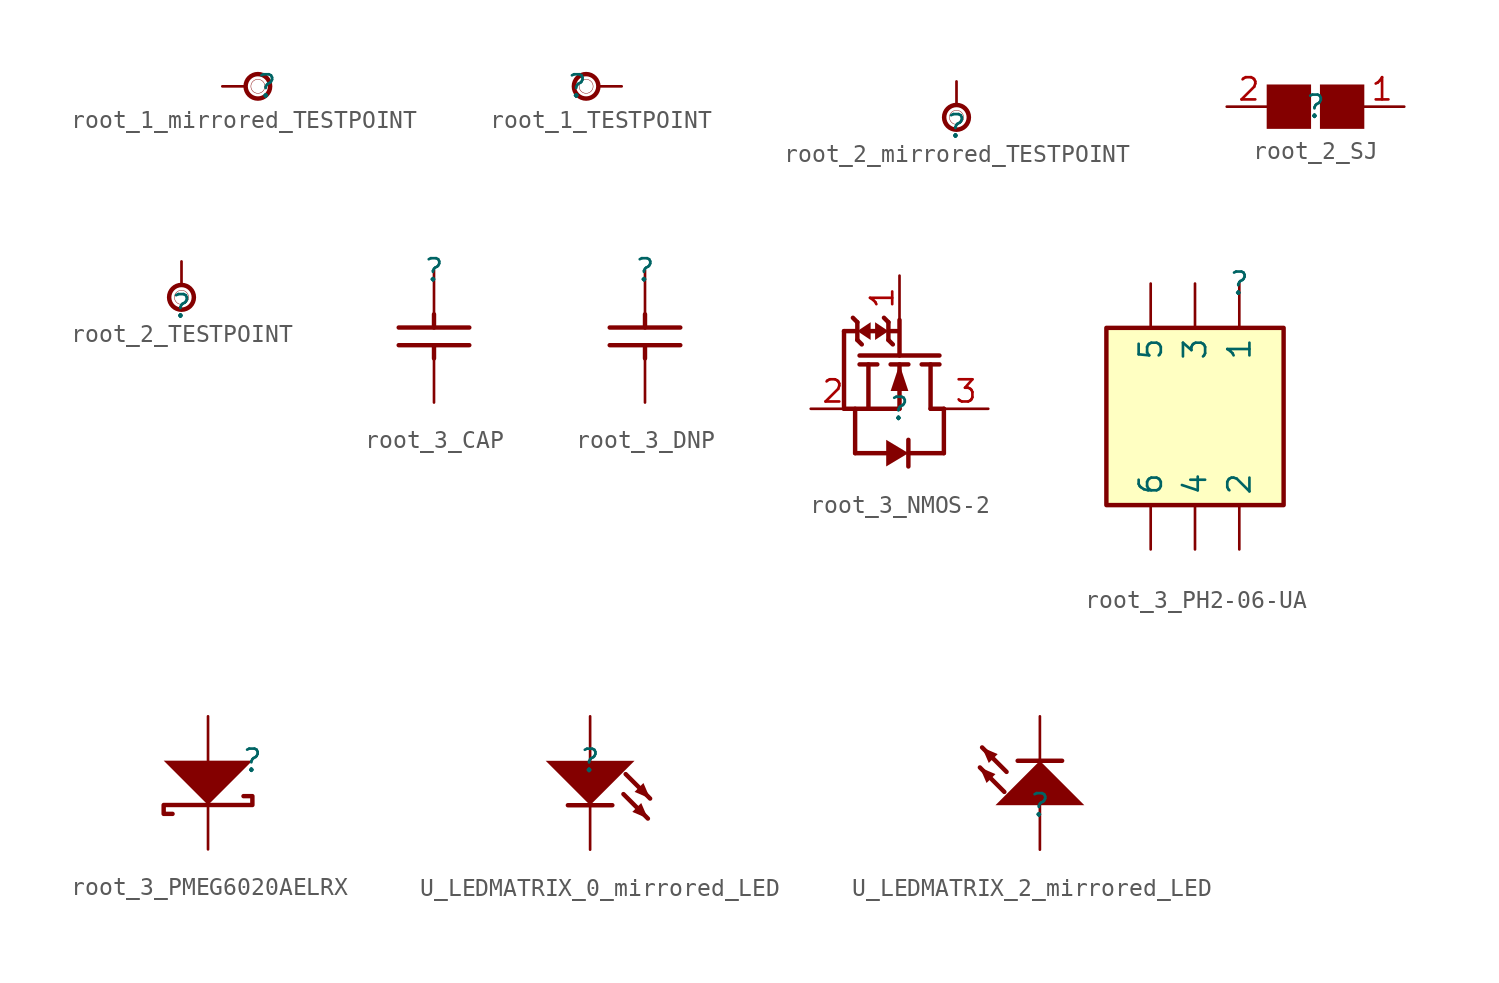
<source format=kicad_sym>
(kicad_symbol_lib
  (version 20231120)
  (generator "kicad_symbol_editor")
  (generator_version "8.0")
  (symbol "root_1_mirrored_TESTPOINT"
    (property "Reference" ""
      (at 0 0 0)
      (effects (font (size 1.27 1.27))))
    (property "Value" ""
      (at 0 0 0)
      (effects (font (size 1.27 1.27))))
    (symbol "root_1_mirrored_TESTPOINT_1_0"
      (circle (center -0.508 0) (radius 0.4) (stroke (width 0.025) (type solid)) (fill (type none)))
      (circle (center -0.508 0) (radius 0.7) (stroke (width 0.254) (type solid)) (fill (type none)))
      (pin passive line (at -2.54 0 0) (length 1.27) (name "X" (effects (font (size 0 0)))) (number "X" (effects (font (size 0 0)))))))
  (symbol "root_1_TESTPOINT"
    (property "Reference" ""
      (at 0 0 0)
      (effects (font (size 1.27 1.27))))
    (property "Value" ""
      (at 0 0 0)
      (effects (font (size 1.27 1.27))))
    (symbol "root_1_TESTPOINT_1_0"
      (circle (center 0.508 0) (radius 0.4) (stroke (width 0.025) (type solid)) (fill (type none)))
      (circle (center 0.508 0) (radius 0.7) (stroke (width 0.254) (type solid)) (fill (type none)))
      (pin passive line (at 2.54 0 180) (length 1.27) (name "X" (effects (font (size 0 0)))) (number "X" (effects (font (size 0 0)))))))
  (symbol "root_2_mirrored_TESTPOINT"
    (property "Reference" ""
      (at 0 0 0)
      (effects (font (size 1.27 1.27))))
    (property "Value" ""
      (at 0 0 0)
      (effects (font (size 1.27 1.27))))
    (symbol "root_2_mirrored_TESTPOINT_1_0"
      (circle (center 0 0.508) (radius 0.4) (stroke (width 0.025) (type solid)) (fill (type none)))
      (circle (center 0 0.508) (radius 0.7) (stroke (width 0.254) (type solid)) (fill (type none)))
      (pin passive line (at 0 2.54 270) (length 1.27) (name "X" (effects (font (size 0 0)))) (number "X" (effects (font (size 0 0)))))))
  (symbol "root_2_SJ"
    (property "Reference" ""
      (at 0 0 0)
      (effects (font (size 1.27 1.27))))
    (property "Value" ""
      (at 0 0 0)
      (effects (font (size 1.27 1.27))))
    (symbol "root_2_SJ_1_0"
      (rectangle (start -2.794 1.27) (end -0.254 -1.27) (stroke (width -0.0001) (type solid)) (fill (type outline)))
      (polyline (pts (xy -1.651 0) (xy -2.54 0)) (stroke (width 0.254) (type solid)) (fill (type none)))
      (polyline (pts (xy 1.651 0) (xy 2.54 0)) (stroke (width 0.254) (type solid)) (fill (type none)))
      (rectangle (start 0.254 1.27) (end 2.794 -1.27) (stroke (width -0.0001) (type solid)) (fill (type outline)))
      (pin passive line (at 5.08 0 180) (length 2.54) (name "1" (effects (font (size 0 0)))) (number "1" (effects (font (size 1.27 1.27)))))
      (pin passive line (at -5.08 0 0) (length 2.54) (name "2" (effects (font (size 0 0)))) (number "2" (effects (font (size 1.27 1.27)))))))
  (symbol "root_2_TESTPOINT"
    (property "Reference" ""
      (at 0 0 0)
      (effects (font (size 1.27 1.27))))
    (property "Value" ""
      (at 0 0 0)
      (effects (font (size 1.27 1.27))))
    (symbol "root_2_TESTPOINT_1_0"
      (circle (center 0 0.508) (radius 0.4) (stroke (width 0.025) (type solid)) (fill (type none)))
      (circle (center 0 0.508) (radius 0.7) (stroke (width 0.254) (type solid)) (fill (type none)))
      (pin passive line (at 0 2.54 270) (length 1.27) (name "X" (effects (font (size 0 0)))) (number "X" (effects (font (size 0 0)))))))
  (symbol "root_3_CAP"
    (property "Reference" ""
      (at 0 0 0)
      (effects (font (size 1.27 1.27))))
    (property "Value" ""
      (at 0 0 0)
      (effects (font (size 1.27 1.27))))
    (symbol "root_3_CAP_1_0"
      (polyline (pts (xy -2.032 -3.302) (xy 2.032 -3.302)) (stroke (width 0.254) (type solid)) (fill (type none)))
      (polyline (pts (xy 0 -5.08) (xy 0 -4.318)) (stroke (width 0.254) (type solid)) (fill (type none)))
      (polyline (pts (xy 0 -2.54) (xy 0 -3.302)) (stroke (width 0.254) (type solid)) (fill (type none)))
      (polyline (pts (xy 2.032 -4.318) (xy -2.032 -4.318)) (stroke (width 0.254) (type solid)) (fill (type none)))
      (pin passive line (at 0 0 270) (length 2.54) (name "1" (effects (font (size 0 0)))) (number "1" (effects (font (size 0 0)))))
      (pin passive line (at 0 -7.62 90) (length 2.54) (name "2" (effects (font (size 0 0)))) (number "2" (effects (font (size 0 0)))))))
  (symbol "root_3_DNP"
    (property "Reference" ""
      (at 0 0 0)
      (effects (font (size 1.27 1.27))))
    (property "Value" ""
      (at 0 0 0)
      (effects (font (size 1.27 1.27))))
    (symbol "root_3_DNP_1_0"
      (polyline (pts (xy -2.032 -3.302) (xy 2.032 -3.302)) (stroke (width 0.254) (type solid)) (fill (type none)))
      (polyline (pts (xy 0 -5.08) (xy 0 -4.318)) (stroke (width 0.254) (type solid)) (fill (type none)))
      (polyline (pts (xy 0 -2.54) (xy 0 -3.302)) (stroke (width 0.254) (type solid)) (fill (type none)))
      (polyline (pts (xy 2.032 -4.318) (xy -2.032 -4.318)) (stroke (width 0.254) (type solid)) (fill (type none)))
      (pin passive line (at 0 0 270) (length 2.54) (name "1" (effects (font (size 0 0)))) (number "1" (effects (font (size 0 0)))))
      (pin passive line (at 0 -7.62 90) (length 2.54) (name "2" (effects (font (size 0 0)))) (number "2" (effects (font (size 0 0)))))))
  (symbol "root_3_NMOS-2"
    (property "Reference" ""
      (at 0 0 0)
      (effects (font (size 1.27 1.27))))
    (property "Value" ""
      (at 0 0 0)
      (effects (font (size 1.27 1.27))))
    (symbol "root_3_NMOS-2_1_0"
      (polyline (pts (xy -3.175 4.445) (xy -3.175 0)) (stroke (width 0.254) (type solid)) (fill (type none)))
      (polyline (pts (xy -2.54 -2.54) (xy -0.762 -2.54)) (stroke (width 0.254) (type solid)) (fill (type none)))
      (polyline (pts (xy -2.54 0) (xy -2.54 -2.54)) (stroke (width 0.254) (type solid)) (fill (type none)))
      (polyline (pts (xy -2.54 4.445) (xy -3.175 4.445)) (stroke (width 0.254) (type solid)) (fill (type none)))
      (polyline (pts (xy -2.413 3.937) (xy -2.413 4.953)) (stroke (width 0.254) (type solid)) (fill (type none)))
      (polyline (pts (xy -2.413 3.937) (xy -2.159 3.683)) (stroke (width 0.254) (type solid)) (fill (type none)))
      (polyline (pts (xy -2.413 4.953) (xy -2.667 5.207)) (stroke (width 0.254) (type solid)) (fill (type none)))
      (polyline (pts (xy -2.286 2.54) (xy -1.27 2.54)) (stroke (width 0.254) (type solid)) (fill (type none)))
      (polyline (pts (xy -1.778 0) (xy -1.778 2.54)) (stroke (width 0.254) (type solid)) (fill (type none)))
      (polyline (pts (xy -1.27 4.445) (xy -1.651 4.445)) (stroke (width 0.254) (type solid)) (fill (type none)))
      (polyline (pts (xy -0.635 3.937) (xy -0.635 4.953)) (stroke (width 0.254) (type solid)) (fill (type none)))
      (polyline (pts (xy -0.635 3.937) (xy -0.381 3.683)) (stroke (width 0.254) (type solid)) (fill (type none)))
      (polyline (pts (xy -0.635 4.953) (xy -0.889 5.207)) (stroke (width 0.254) (type solid)) (fill (type none)))
      (polyline (pts (xy -0.508 2.54) (xy 0.508 2.54)) (stroke (width 0.254) (type solid)) (fill (type none)))
      (polyline (pts (xy -0.508 4.445) (xy -0.127 4.445)) (stroke (width 0.254) (type solid)) (fill (type none)))
      (polyline (pts (xy 0 0) (xy -3.175 0)) (stroke (width 0.254) (type solid)) (fill (type none)))
      (polyline (pts (xy 0 0) (xy 0 2.54)) (stroke (width 0.254) (type solid)) (fill (type none)))
      (polyline (pts (xy 0 5.08) (xy 0 3.048)) (stroke (width 0.254) (type solid)) (fill (type none)))
      (polyline (pts (xy 0.508 -1.778) (xy 0.508 -3.302)) (stroke (width 0.254) (type solid)) (fill (type none)))
      (polyline (pts (xy 1.778 0) (xy 1.778 2.54)) (stroke (width 0.254) (type solid)) (fill (type none)))
      (polyline (pts (xy 1.778 0) (xy 2.54 0)) (stroke (width 0.254) (type solid)) (fill (type none)))
      (polyline (pts (xy 2.286 2.54) (xy 1.27 2.54)) (stroke (width 0.254) (type solid)) (fill (type none)))
      (polyline (pts (xy 2.286 3.048) (xy -2.286 3.048)) (stroke (width 0.254) (type solid)) (fill (type none)))
      (polyline (pts (xy 2.54 -2.54) (xy 0.508 -2.54)) (stroke (width 0.254) (type solid)) (fill (type none)))
      (polyline (pts (xy 2.54 0) (xy 2.54 -2.54)) (stroke (width 0.254) (type solid)) (fill (type none)))
      (polyline (pts (xy -2.413 4.445) (xy -1.651 3.937) (xy -1.651 4.953) (xy -2.413 4.445)) (stroke (width -0.0001) (type solid)) (fill (type outline)))
      (polyline (pts (xy -0.635 4.445) (xy -1.397 4.953) (xy -1.397 3.937) (xy -0.635 4.445)) (stroke (width -0.0001) (type solid)) (fill (type outline)))
      (polyline (pts (xy 0 2.54) (xy 0.508 1.016) (xy -0.508 1.016) (xy 0 2.54)) (stroke (width -0.0001) (type solid)) (fill (type outline)))
      (polyline (pts (xy 0.508 -2.54) (xy -0.762 -1.778) (xy -0.762 -3.302) (xy 0.508 -2.54)) (stroke (width -0.0001) (type solid)) (fill (type outline)))
      (pin passive line (at 0 7.62 270) (length 2.54) (name "G" (effects (font (size 0 0)))) (number "1" (effects (font (size 1.27 1.27)))))
      (pin passive line (at -5.08 0 0) (length 2.54) (name "S" (effects (font (size 0 0)))) (number "2" (effects (font (size 1.27 1.27)))))
      (pin passive line (at 5.08 0 180) (length 2.54) (name "D" (effects (font (size 0 0)))) (number "3" (effects (font (size 1.27 1.27)))))))
  (symbol "root_3_PH2-06-UA"
    (property "Reference" ""
      (at 0 0 0)
      (effects (font (size 1.27 1.27))))
    (property "Value" ""
      (at 0 0 0)
      (effects (font (size 1.27 1.27))))
    (symbol "root_3_PH2-06-UA_1_0"
      (rectangle (start 2.54 -2.54) (end -7.62 -12.7) (stroke (width 0.254) (type solid) (color 128 0 0 1)) (fill (type background)))
      (pin passive line (at 0 0 270) (length 2.54) (name "1" (effects (font (size 1.27 1.27)))) (number "1" (effects (font (size 0 0)))))
      (pin passive line (at 0 -15.24 90) (length 2.54) (name "2" (effects (font (size 1.27 1.27)))) (number "2" (effects (font (size 0 0)))))
      (pin passive line (at -2.54 0 270) (length 2.54) (name "3" (effects (font (size 1.27 1.27)))) (number "3" (effects (font (size 0 0)))))
      (pin passive line (at -2.54 -15.24 90) (length 2.54) (name "4" (effects (font (size 1.27 1.27)))) (number "4" (effects (font (size 0 0)))))
      (pin passive line (at -5.08 0 270) (length 2.54) (name "5" (effects (font (size 1.27 1.27)))) (number "5" (effects (font (size 0 0)))))
      (pin passive line (at -5.08 -15.24 90) (length 2.54) (name "6" (effects (font (size 1.27 1.27)))) (number "6" (effects (font (size 0 0)))))))
  (symbol "root_3_PMEG6020AELRX"
    (property "Reference" ""
      (at 0 0 0)
      (effects (font (size 1.27 1.27))))
    (property "Value" ""
      (at 0 0 0)
      (effects (font (size 1.27 1.27))))
    (symbol "root_3_PMEG6020AELRX_1_0"
      (polyline (pts (xy -5.08 0) (xy -2.54 -2.54) (xy 0 0) (xy -5.08 0)) (stroke (width -0.0001) (type solid)) (fill (type outline)))
      (polyline (pts (xy -4.572 -3.048) (xy -5.08 -3.048) (xy -5.08 -2.54) (xy 0 -2.54) (xy 0 -2.032) (xy -0.508 -2.032)) (stroke (width 0.254) (type solid)) (fill (type none)))
      (pin passive line (at -2.54 2.54 270) (length 2.54) (name "A" (effects (font (size 0 0)))) (number "A" (effects (font (size 0 0)))))
      (pin passive line (at -2.54 -5.08 90) (length 2.54) (name "C" (effects (font (size 0 0)))) (number "C" (effects (font (size 0 0)))))))
  (symbol "U_LEDMATRIX_0_mirrored_LED"
    (property "Reference" ""
      (at 0 0 0)
      (effects (font (size 1.27 1.27))))
    (property "Value" ""
      (at 0 0 0)
      (effects (font (size 1.27 1.27))))
    (symbol "U_LEDMATRIX_0_mirrored_LED_1_0"
      (polyline (pts (xy 0 -2.54) (xy -1.27 -2.54)) (stroke (width 0.254) (type solid)) (fill (type none)))
      (polyline (pts (xy 1.27 -2.54) (xy 0 -2.54)) (stroke (width 0.254) (type solid)) (fill (type none)))
      (polyline (pts (xy 3.302 -3.302) (xy 1.905 -1.905)) (stroke (width 0.254) (type solid)) (fill (type none)))
      (polyline (pts (xy 3.429 -2.159) (xy 2.032 -0.762)) (stroke (width 0.254) (type solid)) (fill (type none)))
      (polyline (pts (xy 2.54 0) (xy -2.54 0) (xy 0 -2.54) (xy 2.54 0)) (stroke (width -0.0001) (type solid)) (fill (type outline)))
      (polyline (pts (xy 3.302 -3.302) (xy 2.921 -2.413) (xy 2.413 -2.921) (xy 3.302 -3.302)) (stroke (width -0.0001) (type solid)) (fill (type outline)))
      (polyline (pts (xy 3.429 -2.159) (xy 3.048 -1.27) (xy 2.54 -1.778) (xy 3.429 -2.159)) (stroke (width -0.0001) (type solid)) (fill (type outline)))
      (pin passive line (at 0 2.54 270) (length 2.54) (name "A" (effects (font (size 0 0)))) (number "A" (effects (font (size 0 0)))))
      (pin passive line (at 0 -5.08 90) (length 2.54) (name "C" (effects (font (size 0 0)))) (number "C" (effects (font (size 0 0)))))))
  (symbol "U_LEDMATRIX_2_mirrored_LED"
    (property "Reference" ""
      (at 0 0 0)
      (effects (font (size 1.27 1.27))))
    (property "Value" ""
      (at 0 0 0)
      (effects (font (size 1.27 1.27))))
    (symbol "U_LEDMATRIX_2_mirrored_LED_1_0"
      (polyline (pts (xy -3.429 2.159) (xy -2.032 0.762)) (stroke (width 0.254) (type solid)) (fill (type none)))
      (polyline (pts (xy -3.302 3.302) (xy -1.905 1.905)) (stroke (width 0.254) (type solid)) (fill (type none)))
      (polyline (pts (xy -1.27 2.54) (xy 0 2.54)) (stroke (width 0.254) (type solid)) (fill (type none)))
      (polyline (pts (xy 0 2.54) (xy 1.27 2.54)) (stroke (width 0.254) (type solid)) (fill (type none)))
      (polyline (pts (xy -3.429 2.159) (xy -3.048 1.27) (xy -2.54 1.778) (xy -3.429 2.159)) (stroke (width -0.0001) (type solid)) (fill (type outline)))
      (polyline (pts (xy -3.302 3.302) (xy -2.921 2.413) (xy -2.413 2.921) (xy -3.302 3.302)) (stroke (width -0.0001) (type solid)) (fill (type outline)))
      (polyline (pts (xy -2.54 0) (xy 2.54 0) (xy 0 2.54) (xy -2.54 0)) (stroke (width -0.0001) (type solid)) (fill (type outline)))
      (pin passive line (at 0 -2.54 90) (length 2.54) (name "A" (effects (font (size 0 0)))) (number "A" (effects (font (size 0 0)))))
      (pin passive line (at 0 5.08 270) (length 2.54) (name "C" (effects (font (size 0 0)))) (number "C" (effects (font (size 0 0))))))))
</source>
